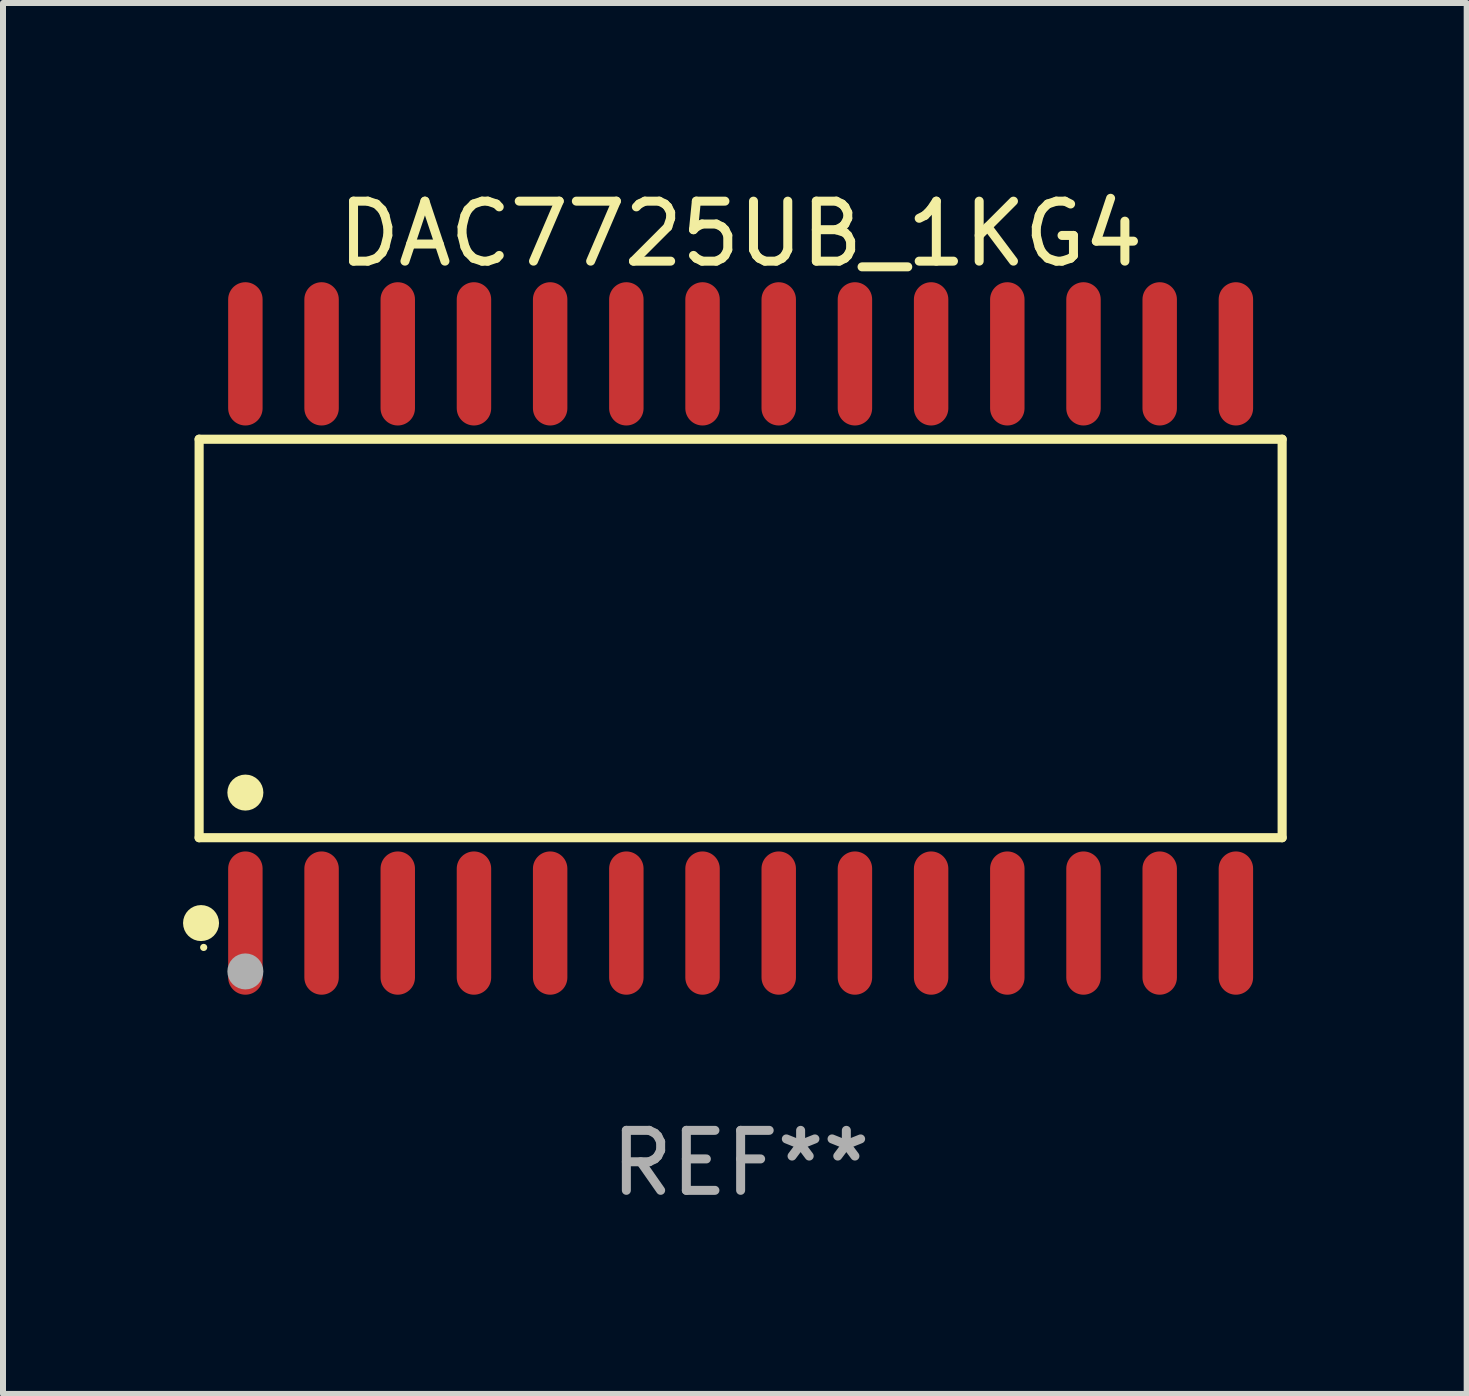
<source format=kicad_pcb>
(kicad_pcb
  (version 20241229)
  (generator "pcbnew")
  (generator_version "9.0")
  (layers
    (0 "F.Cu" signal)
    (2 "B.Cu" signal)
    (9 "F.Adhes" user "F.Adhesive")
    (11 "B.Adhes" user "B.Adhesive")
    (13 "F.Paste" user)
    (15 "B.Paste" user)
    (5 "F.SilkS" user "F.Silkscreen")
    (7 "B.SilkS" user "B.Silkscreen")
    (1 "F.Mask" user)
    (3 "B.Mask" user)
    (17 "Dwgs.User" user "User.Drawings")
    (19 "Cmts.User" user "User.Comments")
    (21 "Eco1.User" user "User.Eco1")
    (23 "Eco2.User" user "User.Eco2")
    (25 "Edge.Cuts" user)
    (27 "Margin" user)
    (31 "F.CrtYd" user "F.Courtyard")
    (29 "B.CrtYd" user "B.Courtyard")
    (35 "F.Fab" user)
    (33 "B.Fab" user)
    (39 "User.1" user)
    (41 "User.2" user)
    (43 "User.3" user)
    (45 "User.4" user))
  (footprint "DAC7725UB_1KG4"
    (layer "F.Cu")
    (at 9.295 7.592)
    (property "Reference" "DAC7725UB_1KG4" (at 0 -6.744 0) (layer "F.SilkS") (effects (font (size 1 1) (thickness 0.15))))
    (attr through_hole)
    (fp_line (start -9.026 -3.321) (end 9.026 -3.321) (stroke (width 0.152) (type solid)) (layer "F.SilkS"))
    (fp_line (start -9.026 3.321) (end -9.026 -3.321) (stroke (width 0.152) (type solid)) (layer "F.SilkS"))
    (fp_line (start 9.026 -3.321) (end 9.026 3.321) (stroke (width 0.152) (type solid)) (layer "F.SilkS"))
    (fp_line (start 9.026 3.321) (end -9.026 3.321) (stroke (width 0.152) (type solid)) (layer "F.SilkS"))
    (fp_circle (center -8.994 4.744) (end -8.844 4.744) (stroke (width 0.3) (type solid)) (fill no) (layer "F.SilkS"))
    (fp_circle (center -8.95 5.15) (end -8.92 5.15) (stroke (width 0.06) (type solid)) (fill no) (layer "F.SilkS"))
    (fp_circle (center -8.255 2.569) (end -8.105 2.569) (stroke (width 0.3) (type solid)) (fill no) (layer "F.SilkS"))
    (fp_circle (center -8.255 5.55) (end -8.105 5.55) (stroke (width 0.3) (type solid)) (fill no) (layer "F.Fab"))
    (fp_text user "REF**" (at 0 8.744 0) (layer "F.Fab") (effects (font (size 1 1) (thickness 0.15))))
    (pad "1" smd oval (at -8.255 4.744) (size 0.574 2.388) (layers "F.Cu" "F.Mask" "F.Paste"))
    (pad "2" smd oval (at -6.985 4.744) (size 0.574 2.388) (layers "F.Cu" "F.Mask" "F.Paste"))
    (pad "3" smd oval (at -5.715 4.744) (size 0.574 2.388) (layers "F.Cu" "F.Mask" "F.Paste"))
    (pad "4" smd oval (at -4.445 4.744) (size 0.574 2.388) (layers "F.Cu" "F.Mask" "F.Paste"))
    (pad "5" smd oval (at -3.175 4.744) (size 0.574 2.388) (layers "F.Cu" "F.Mask" "F.Paste"))
    (pad "6" smd oval (at -1.905 4.744) (size 0.574 2.388) (layers "F.Cu" "F.Mask" "F.Paste"))
    (pad "7" smd oval (at -0.635 4.744) (size 0.574 2.388) (layers "F.Cu" "F.Mask" "F.Paste"))
    (pad "8" smd oval (at 0.635 4.744) (size 0.574 2.388) (layers "F.Cu" "F.Mask" "F.Paste"))
    (pad "9" smd oval (at 1.905 4.744) (size 0.574 2.388) (layers "F.Cu" "F.Mask" "F.Paste"))
    (pad "10" smd oval (at 3.175 4.744) (size 0.574 2.388) (layers "F.Cu" "F.Mask" "F.Paste"))
    (pad "11" smd oval (at 4.445 4.744) (size 0.574 2.388) (layers "F.Cu" "F.Mask" "F.Paste"))
    (pad "12" smd oval (at 5.715 4.744) (size 0.574 2.388) (layers "F.Cu" "F.Mask" "F.Paste"))
    (pad "13" smd oval (at 6.985 4.744) (size 0.574 2.388) (layers "F.Cu" "F.Mask" "F.Paste"))
    (pad "14" smd oval (at 8.255 4.744) (size 0.574 2.388) (layers "F.Cu" "F.Mask" "F.Paste"))
    (pad "15" smd oval (at 8.255 -4.744) (size 0.574 2.388) (layers "F.Cu" "F.Mask" "F.Paste"))
    (pad "16" smd oval (at 6.985 -4.744) (size 0.574 2.388) (layers "F.Cu" "F.Mask" "F.Paste"))
    (pad "17" smd oval (at 5.715 -4.744) (size 0.574 2.388) (layers "F.Cu" "F.Mask" "F.Paste"))
    (pad "18" smd oval (at 4.445 -4.744) (size 0.574 2.388) (layers "F.Cu" "F.Mask" "F.Paste"))
    (pad "19" smd oval (at 3.175 -4.744) (size 0.574 2.388) (layers "F.Cu" "F.Mask" "F.Paste"))
    (pad "20" smd oval (at 1.905 -4.744) (size 0.574 2.388) (layers "F.Cu" "F.Mask" "F.Paste"))
    (pad "21" smd oval (at 0.635 -4.744) (size 0.574 2.388) (layers "F.Cu" "F.Mask" "F.Paste"))
    (pad "22" smd oval (at -0.635 -4.744) (size 0.574 2.388) (layers "F.Cu" "F.Mask" "F.Paste"))
    (pad "23" smd oval (at -1.905 -4.744) (size 0.574 2.388) (layers "F.Cu" "F.Mask" "F.Paste"))
    (pad "24" smd oval (at -3.175 -4.744) (size 0.574 2.388) (layers "F.Cu" "F.Mask" "F.Paste"))
    (pad "25" smd oval (at -4.445 -4.744) (size 0.574 2.388) (layers "F.Cu" "F.Mask" "F.Paste"))
    (pad "26" smd oval (at -5.715 -4.744) (size 0.574 2.388) (layers "F.Cu" "F.Mask" "F.Paste"))
    (pad "27" smd oval (at -6.985 -4.744) (size 0.574 2.388) (layers "F.Cu" "F.Mask" "F.Paste"))
    (pad "28" smd oval (at -8.255 -4.744) (size 0.574 2.388) (layers "F.Cu" "F.Mask" "F.Paste")))
  (gr_rect
    (start -3 -3)
    (end 21.397 20.184)
    (stroke (width 0.1) (type default))
    (fill no)
    (layer "Edge.Cuts")))
</source>
